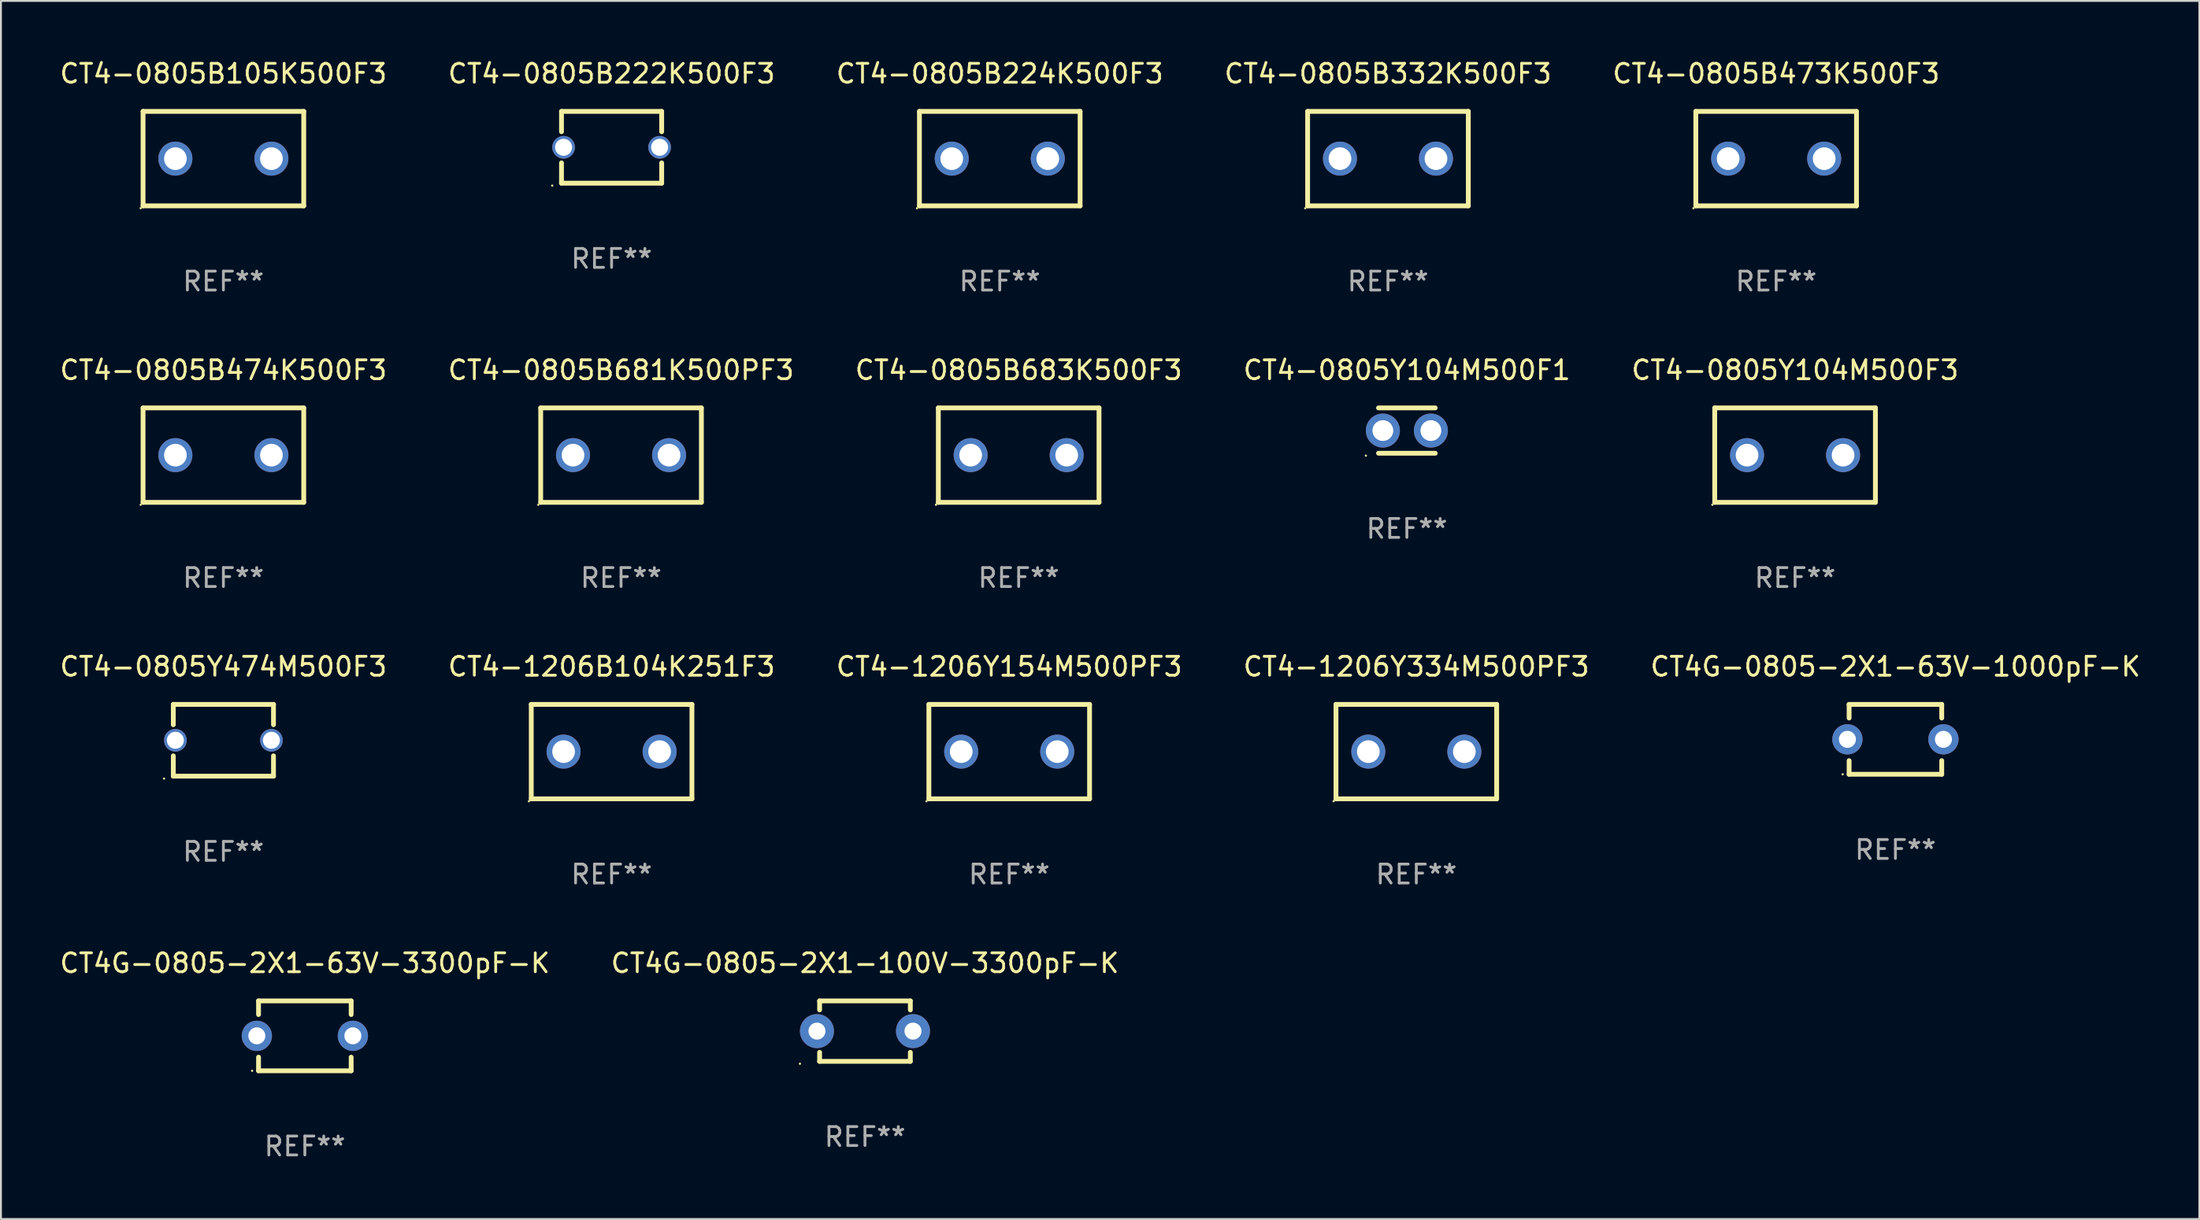
<source format=kicad_pcb>
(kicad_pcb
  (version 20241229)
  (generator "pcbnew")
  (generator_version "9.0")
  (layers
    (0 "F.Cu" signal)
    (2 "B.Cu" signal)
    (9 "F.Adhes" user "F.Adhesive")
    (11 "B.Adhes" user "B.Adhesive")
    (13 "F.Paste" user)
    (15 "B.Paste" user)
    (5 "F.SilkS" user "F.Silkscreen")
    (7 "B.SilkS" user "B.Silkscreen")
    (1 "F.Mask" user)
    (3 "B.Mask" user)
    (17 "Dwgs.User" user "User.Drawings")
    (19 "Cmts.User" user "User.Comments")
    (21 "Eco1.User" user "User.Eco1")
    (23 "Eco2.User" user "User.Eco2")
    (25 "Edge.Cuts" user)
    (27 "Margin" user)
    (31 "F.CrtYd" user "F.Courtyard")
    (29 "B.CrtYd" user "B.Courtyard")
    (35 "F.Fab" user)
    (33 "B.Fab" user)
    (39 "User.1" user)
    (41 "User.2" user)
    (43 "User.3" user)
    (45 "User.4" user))
  (footprint "CT4-0805B105K500F3"
    (layer "F.Cu")
    (at 8.768 5.348)
    (property "Reference" "CT4-0805B105K500F3" (at 0 -4.5 0) (layer "F.SilkS") (effects (font (size 1 1) (thickness 0.15))))
    (attr through_hole)
    (fp_line (start -4.25 -2.5) (end 4.25 -2.5) (stroke (width 0.254) (type solid)) (layer "F.SilkS"))
    (fp_line (start -4.25 2.5) (end -4.25 -2.5) (stroke (width 0.254) (type solid)) (layer "F.SilkS"))
    (fp_line (start 4.25 -2.5) (end 4.25 2.5) (stroke (width 0.254) (type solid)) (layer "F.SilkS"))
    (fp_line (start 4.25 2.5) (end -4.25 2.5) (stroke (width 0.254) (type solid)) (layer "F.SilkS"))
    (fp_circle (center -4.377 2.627) (end -4.347 2.627) (stroke (width 0.06) (type solid)) (fill no) (layer "F.SilkS"))
    (fp_text user "REF**" (at 0 6.5 0) (layer "F.Fab") (effects (font (size 1 1) (thickness 0.15))))
    (pad "1" thru_hole circle (at -2.54 0) (size 1.8 1.8) (drill 1.2) (layers "*.Cu" "*.Mask"))
    (pad "2" thru_hole circle (at 2.54 0) (size 1.8 1.8) (drill 1.2) (layers "*.Cu" "*.Mask")))
  (footprint "CT4-0805B683K500F3"
    (layer "F.Cu")
    (at 50.839 21.045)
    (property "Reference" "CT4-0805B683K500F3" (at 0 -4.5 0) (layer "F.SilkS") (effects (font (size 1 1) (thickness 0.15))))
    (attr through_hole)
    (fp_line (start -4.25 -2.5) (end 4.25 -2.5) (stroke (width 0.254) (type solid)) (layer "F.SilkS"))
    (fp_line (start -4.25 2.5) (end -4.25 -2.5) (stroke (width 0.254) (type solid)) (layer "F.SilkS"))
    (fp_line (start 4.25 -2.5) (end 4.25 2.5) (stroke (width 0.254) (type solid)) (layer "F.SilkS"))
    (fp_line (start 4.25 2.5) (end -4.25 2.5) (stroke (width 0.254) (type solid)) (layer "F.SilkS"))
    (fp_circle (center -4.377 2.627) (end -4.347 2.627) (stroke (width 0.06) (type solid)) (fill no) (layer "F.SilkS"))
    (fp_text user "REF**" (at 0 6.5 0) (layer "F.Fab") (effects (font (size 1 1) (thickness 0.15))))
    (pad "1" thru_hole circle (at -2.54 0) (size 1.8 1.8) (drill 1.2) (layers "*.Cu" "*.Mask"))
    (pad "2" thru_hole circle (at 2.54 0) (size 1.8 1.8) (drill 1.2) (layers "*.Cu" "*.Mask")))
  (footprint "CT4-1206Y154M500PF3"
    (layer "F.Cu")
    (at 50.339 36.741)
    (property "Reference" "CT4-1206Y154M500PF3" (at 0 -4.5 0) (layer "F.SilkS") (effects (font (size 1 1) (thickness 0.15))))
    (attr through_hole)
    (fp_line (start -4.25 -2.5) (end 4.25 -2.5) (stroke (width 0.254) (type solid)) (layer "F.SilkS"))
    (fp_line (start -4.25 2.5) (end -4.25 -2.5) (stroke (width 0.254) (type solid)) (layer "F.SilkS"))
    (fp_line (start 4.25 -2.5) (end 4.25 2.5) (stroke (width 0.254) (type solid)) (layer "F.SilkS"))
    (fp_line (start 4.25 2.5) (end -4.25 2.5) (stroke (width 0.254) (type solid)) (layer "F.SilkS"))
    (fp_circle (center -4.377 2.627) (end -4.347 2.627) (stroke (width 0.06) (type solid)) (fill no) (layer "F.SilkS"))
    (fp_text user "REF**" (at 0 6.5 0) (layer "F.Fab") (effects (font (size 1 1) (thickness 0.15))))
    (pad "1" thru_hole circle (at -2.54 0) (size 1.8 1.8) (drill 1.2) (layers "*.Cu" "*.Mask"))
    (pad "2" thru_hole circle (at 2.54 0) (size 1.8 1.8) (drill 1.2) (layers "*.Cu" "*.Mask")))
  (footprint "CT4-0805Y474M500F3"
    (layer "F.Cu")
    (at 8.768 36.141)
    (property "Reference" "CT4-0805Y474M500F3" (at 0 -3.9 0) (layer "F.SilkS") (effects (font (size 1 1) (thickness 0.15))))
    (attr through_hole)
    (fp_line (start -2.65 -1.9) (end 2.65 -1.9) (stroke (width 0.254) (type solid)) (layer "F.SilkS"))
    (fp_line (start -2.65 -0.824) (end -2.65 -1.9) (stroke (width 0.254) (type solid)) (layer "F.SilkS"))
    (fp_line (start -2.65 1.9) (end -2.65 0.824) (stroke (width 0.254) (type solid)) (layer "F.SilkS"))
    (fp_line (start 2.65 -0.824) (end 2.65 -1.9) (stroke (width 0.254) (type solid)) (layer "F.SilkS"))
    (fp_line (start 2.65 1.9) (end -2.65 1.9) (stroke (width 0.254) (type solid)) (layer "F.SilkS"))
    (fp_line (start 2.65 1.9) (end 2.65 0.824) (stroke (width 0.254) (type solid)) (layer "F.SilkS"))
    (fp_circle (center -3.14 2.027) (end -3.11 2.027) (stroke (width 0.06) (type solid)) (fill no) (layer "F.SilkS"))
    (fp_text user "REF**" (at 0 5.9 0) (layer "F.Fab") (effects (font (size 1 1) (thickness 0.15))))
    (pad "1" thru_hole circle (at -2.54 0) (size 1.2 1.2) (drill 0.9) (layers "*.Cu" "*.Mask"))
    (pad "2" thru_hole circle (at 2.54 0) (size 1.2 1.2) (drill 0.9) (layers "*.Cu" "*.Mask")))
  (footprint "CT4-0805B681K500PF3"
    (layer "F.Cu")
    (at 29.804 21.045)
    (property "Reference" "CT4-0805B681K500PF3" (at 0 -4.5 0) (layer "F.SilkS") (effects (font (size 1 1) (thickness 0.15))))
    (attr through_hole)
    (fp_line (start -4.25 -2.5) (end 4.25 -2.5) (stroke (width 0.254) (type solid)) (layer "F.SilkS"))
    (fp_line (start -4.25 2.5) (end -4.25 -2.5) (stroke (width 0.254) (type solid)) (layer "F.SilkS"))
    (fp_line (start 4.25 -2.5) (end 4.25 2.5) (stroke (width 0.254) (type solid)) (layer "F.SilkS"))
    (fp_line (start 4.25 2.5) (end -4.25 2.5) (stroke (width 0.254) (type solid)) (layer "F.SilkS"))
    (fp_circle (center -4.377 2.627) (end -4.347 2.627) (stroke (width 0.06) (type solid)) (fill no) (layer "F.SilkS"))
    (fp_text user "REF**" (at 0 6.5 0) (layer "F.Fab") (effects (font (size 1 1) (thickness 0.15))))
    (pad "1" thru_hole circle (at -2.54 0) (size 1.8 1.8) (drill 1.2) (layers "*.Cu" "*.Mask"))
    (pad "2" thru_hole circle (at 2.54 0) (size 1.8 1.8) (drill 1.2) (layers "*.Cu" "*.Mask")))
  (footprint "CT4-0805B222K500F3"
    (layer "F.Cu")
    (at 29.304 4.748)
    (property "Reference" "CT4-0805B222K500F3" (at 0 -3.9 0) (layer "F.SilkS") (effects (font (size 1 1) (thickness 0.15))))
    (attr through_hole)
    (fp_line (start -2.65 -1.9) (end 2.65 -1.9) (stroke (width 0.254) (type solid)) (layer "F.SilkS"))
    (fp_line (start -2.65 -0.824) (end -2.65 -1.9) (stroke (width 0.254) (type solid)) (layer "F.SilkS"))
    (fp_line (start -2.65 1.9) (end -2.65 0.824) (stroke (width 0.254) (type solid)) (layer "F.SilkS"))
    (fp_line (start 2.65 -0.824) (end 2.65 -1.9) (stroke (width 0.254) (type solid)) (layer "F.SilkS"))
    (fp_line (start 2.65 1.9) (end -2.65 1.9) (stroke (width 0.254) (type solid)) (layer "F.SilkS"))
    (fp_line (start 2.65 1.9) (end 2.65 0.824) (stroke (width 0.254) (type solid)) (layer "F.SilkS"))
    (fp_circle (center -3.14 2.027) (end -3.11 2.027) (stroke (width 0.06) (type solid)) (fill no) (layer "F.SilkS"))
    (fp_text user "REF**" (at 0 5.9 0) (layer "F.Fab") (effects (font (size 1 1) (thickness 0.15))))
    (pad "1" thru_hole circle (at -2.54 0) (size 1.2 1.2) (drill 0.9) (layers "*.Cu" "*.Mask"))
    (pad "2" thru_hole circle (at 2.54 0) (size 1.2 1.2) (drill 0.9) (layers "*.Cu" "*.Mask")))
  (footprint "CT4-0805B473K500F3"
    (layer "F.Cu")
    (at 90.911 5.348)
    (property "Reference" "CT4-0805B473K500F3" (at 0 -4.5 0) (layer "F.SilkS") (effects (font (size 1 1) (thickness 0.15))))
    (attr through_hole)
    (fp_line (start -4.25 -2.5) (end 4.25 -2.5) (stroke (width 0.254) (type solid)) (layer "F.SilkS"))
    (fp_line (start -4.25 2.5) (end -4.25 -2.5) (stroke (width 0.254) (type solid)) (layer "F.SilkS"))
    (fp_line (start 4.25 -2.5) (end 4.25 2.5) (stroke (width 0.254) (type solid)) (layer "F.SilkS"))
    (fp_line (start 4.25 2.5) (end -4.25 2.5) (stroke (width 0.254) (type solid)) (layer "F.SilkS"))
    (fp_circle (center -4.377 2.627) (end -4.347 2.627) (stroke (width 0.06) (type solid)) (fill no) (layer "F.SilkS"))
    (fp_text user "REF**" (at 0 6.5 0) (layer "F.Fab") (effects (font (size 1 1) (thickness 0.15))))
    (pad "1" thru_hole circle (at -2.54 0) (size 1.8 1.8) (drill 1.2) (layers "*.Cu" "*.Mask"))
    (pad "2" thru_hole circle (at 2.54 0) (size 1.8 1.8) (drill 1.2) (layers "*.Cu" "*.Mask")))
  (footprint "CT4-0805B224K500F3"
    (layer "F.Cu")
    (at 49.839 5.348)
    (property "Reference" "CT4-0805B224K500F3" (at 0 -4.5 0) (layer "F.SilkS") (effects (font (size 1 1) (thickness 0.15))))
    (attr through_hole)
    (fp_line (start -4.25 -2.5) (end 4.25 -2.5) (stroke (width 0.254) (type solid)) (layer "F.SilkS"))
    (fp_line (start -4.25 2.5) (end -4.25 -2.5) (stroke (width 0.254) (type solid)) (layer "F.SilkS"))
    (fp_line (start 4.25 -2.5) (end 4.25 2.5) (stroke (width 0.254) (type solid)) (layer "F.SilkS"))
    (fp_line (start 4.25 2.5) (end -4.25 2.5) (stroke (width 0.254) (type solid)) (layer "F.SilkS"))
    (fp_circle (center -4.377 2.627) (end -4.347 2.627) (stroke (width 0.06) (type solid)) (fill no) (layer "F.SilkS"))
    (fp_text user "REF**" (at 0 6.5 0) (layer "F.Fab") (effects (font (size 1 1) (thickness 0.15))))
    (pad "1" thru_hole circle (at -2.54 0) (size 1.8 1.8) (drill 1.2) (layers "*.Cu" "*.Mask"))
    (pad "2" thru_hole circle (at 2.54 0) (size 1.8 1.8) (drill 1.2) (layers "*.Cu" "*.Mask")))
  (footprint "CT4-0805Y104M500F3"
    (layer "F.Cu")
    (at 91.911 21.045)
    (property "Reference" "CT4-0805Y104M500F3" (at 0 -4.5 0) (layer "F.SilkS") (effects (font (size 1 1) (thickness 0.15))))
    (attr through_hole)
    (fp_line (start -4.25 -2.5) (end 4.25 -2.5) (stroke (width 0.254) (type solid)) (layer "F.SilkS"))
    (fp_line (start -4.25 2.5) (end -4.25 -2.5) (stroke (width 0.254) (type solid)) (layer "F.SilkS"))
    (fp_line (start 4.25 -2.5) (end 4.25 2.5) (stroke (width 0.254) (type solid)) (layer "F.SilkS"))
    (fp_line (start 4.25 2.5) (end -4.25 2.5) (stroke (width 0.254) (type solid)) (layer "F.SilkS"))
    (fp_circle (center -4.377 2.627) (end -4.347 2.627) (stroke (width 0.06) (type solid)) (fill no) (layer "F.SilkS"))
    (fp_text user "REF**" (at 0 6.5 0) (layer "F.Fab") (effects (font (size 1 1) (thickness 0.15))))
    (pad "1" thru_hole circle (at -2.54 0) (size 1.8 1.8) (drill 1.2) (layers "*.Cu" "*.Mask"))
    (pad "2" thru_hole circle (at 2.54 0) (size 1.8 1.8) (drill 1.2) (layers "*.Cu" "*.Mask")))
  (footprint "CT4G-0805-2X1-63V-3300pF-K"
    (layer "F.Cu")
    (at 13.077 51.788)
    (property "Reference" "CT4G-0805-2X1-63V-3300pF-K" (at 0 -3.85 0) (layer "F.SilkS") (effects (font (size 1 1) (thickness 0.15))))
    (attr through_hole)
    (fp_line (start -2.45 -1.85) (end 2.45 -1.85) (stroke (width 0.254) (type solid)) (layer "F.SilkS"))
    (fp_line (start -2.45 -1.128) (end -2.45 -1.85) (stroke (width 0.254) (type solid)) (layer "F.SilkS"))
    (fp_line (start -2.45 1.85) (end -2.45 1.128) (stroke (width 0.254) (type solid)) (layer "F.SilkS"))
    (fp_line (start 2.45 -1.85) (end 2.45 -1.128) (stroke (width 0.254) (type solid)) (layer "F.SilkS"))
    (fp_line (start 2.45 1.128) (end 2.45 1.85) (stroke (width 0.254) (type solid)) (layer "F.SilkS"))
    (fp_line (start 2.45 1.85) (end -2.45 1.85) (stroke (width 0.254) (type solid)) (layer "F.SilkS"))
    (fp_circle (center -2.79 1.85) (end -2.76 1.85) (stroke (width 0.06) (type solid)) (fill no) (layer "F.SilkS"))
    (fp_text user "REF**" (at 0 5.85 0) (layer "F.Fab") (effects (font (size 1 1) (thickness 0.15))))
    (pad "1" thru_hole circle (at -2.54 0) (size 1.6 1.6) (drill 0.9) (layers "*.Cu" "*.Mask"))
    (pad "2" thru_hole circle (at 2.54 0) (size 1.6 1.6) (drill 0.9) (layers "*.Cu" "*.Mask")))
  (footprint "CT4-0805B332K500F3"
    (layer "F.Cu")
    (at 70.375 5.348)
    (property "Reference" "CT4-0805B332K500F3" (at 0 -4.5 0) (layer "F.SilkS") (effects (font (size 1 1) (thickness 0.15))))
    (attr through_hole)
    (fp_line (start -4.25 -2.5) (end 4.25 -2.5) (stroke (width 0.254) (type solid)) (layer "F.SilkS"))
    (fp_line (start -4.25 2.5) (end -4.25 -2.5) (stroke (width 0.254) (type solid)) (layer "F.SilkS"))
    (fp_line (start 4.25 -2.5) (end 4.25 2.5) (stroke (width 0.254) (type solid)) (layer "F.SilkS"))
    (fp_line (start 4.25 2.5) (end -4.25 2.5) (stroke (width 0.254) (type solid)) (layer "F.SilkS"))
    (fp_circle (center -4.377 2.627) (end -4.347 2.627) (stroke (width 0.06) (type solid)) (fill no) (layer "F.SilkS"))
    (fp_text user "REF**" (at 0 6.5 0) (layer "F.Fab") (effects (font (size 1 1) (thickness 0.15))))
    (pad "1" thru_hole circle (at -2.54 0) (size 1.8 1.8) (drill 1.2) (layers "*.Cu" "*.Mask"))
    (pad "2" thru_hole circle (at 2.54 0) (size 1.8 1.8) (drill 1.2) (layers "*.Cu" "*.Mask")))
  (footprint "CT4G-0805-2X1-63V-1000pF-K"
    (layer "F.Cu")
    (at 97.22 36.091)
    (property "Reference" "CT4G-0805-2X1-63V-1000pF-K" (at 0 -3.85 0) (layer "F.SilkS") (effects (font (size 1 1) (thickness 0.15))))
    (attr through_hole)
    (fp_line (start -2.45 -1.85) (end 2.45 -1.85) (stroke (width 0.254) (type solid)) (layer "F.SilkS"))
    (fp_line (start -2.45 -1.128) (end -2.45 -1.85) (stroke (width 0.254) (type solid)) (layer "F.SilkS"))
    (fp_line (start -2.45 1.85) (end -2.45 1.128) (stroke (width 0.254) (type solid)) (layer "F.SilkS"))
    (fp_line (start 2.45 -1.85) (end 2.45 -1.128) (stroke (width 0.254) (type solid)) (layer "F.SilkS"))
    (fp_line (start 2.45 1.128) (end 2.45 1.85) (stroke (width 0.254) (type solid)) (layer "F.SilkS"))
    (fp_line (start 2.45 1.85) (end -2.45 1.85) (stroke (width 0.254) (type solid)) (layer "F.SilkS"))
    (fp_circle (center -2.79 1.85) (end -2.76 1.85) (stroke (width 0.06) (type solid)) (fill no) (layer "F.SilkS"))
    (fp_text user "REF**" (at 0 5.85 0) (layer "F.Fab") (effects (font (size 1 1) (thickness 0.15))))
    (pad "1" thru_hole circle (at -2.54 0) (size 1.6 1.6) (drill 0.9) (layers "*.Cu" "*.Mask"))
    (pad "2" thru_hole circle (at 2.54 0) (size 1.6 1.6) (drill 0.9) (layers "*.Cu" "*.Mask")))
  (footprint "CT4-0805Y104M500F1"
    (layer "F.Cu")
    (at 71.375 19.745)
    (property "Reference" "CT4-0805Y104M500F1" (at 0 -3.2 0) (layer "F.SilkS") (effects (font (size 1 1) (thickness 0.15))))
    (attr through_hole)
    (fp_line (start -1.5 -1.2) (end 1.5 -1.2) (stroke (width 0.254) (type solid)) (layer "F.SilkS"))
    (fp_line (start 1.5 1.2) (end -1.5 1.2) (stroke (width 0.254) (type solid)) (layer "F.SilkS"))
    (fp_circle (center -2.17 1.327) (end -2.14 1.327) (stroke (width 0.06) (type solid)) (fill no) (layer "F.SilkS"))
    (fp_text user "REF**" (at 0 5.2 0) (layer "F.Fab") (effects (font (size 1 1) (thickness 0.15))))
    (pad "1" thru_hole circle (at -1.27 0) (size 1.8 1.8) (drill 1.1) (layers "*.Cu" "*.Mask"))
    (pad "2" thru_hole circle (at 1.27 0) (size 1.8 1.8) (drill 1.1) (layers "*.Cu" "*.Mask")))
  (footprint "CT4G-0805-2X1-100V-3300pF-K"
    (layer "F.Cu")
    (at 42.708 51.538)
    (property "Reference" "CT4G-0805-2X1-100V-3300pF-K" (at 0 -3.6 0) (layer "F.SilkS") (effects (font (size 1 1) (thickness 0.15))))
    (attr through_hole)
    (fp_line (start -2.4 -1.122) (end -2.4 -1.6) (stroke (width 0.254) (type solid)) (layer "F.SilkS"))
    (fp_line (start -2.4 1.6) (end -2.4 1.122) (stroke (width 0.254) (type solid)) (layer "F.SilkS"))
    (fp_line (start -2.4 -1.6) (end 2.4 -1.6) (stroke (width 0.254) (type solid)) (layer "F.SilkS"))
    (fp_line (start 2.4 1.6) (end -2.4 1.6) (stroke (width 0.254) (type solid)) (layer "F.SilkS"))
    (fp_line (start 2.4 -1.6) (end 2.4 -1.122) (stroke (width 0.254) (type solid)) (layer "F.SilkS"))
    (fp_line (start 2.4 1.122) (end 2.4 1.6) (stroke (width 0.254) (type solid)) (layer "F.SilkS"))
    (fp_circle (center -3.44 1.727) (end -3.41 1.727) (stroke (width 0.06) (type solid)) (fill no) (layer "F.SilkS"))
    (fp_text user "REF**" (at 0 5.6 0) (layer "F.Fab") (effects (font (size 1 1) (thickness 0.15))))
    (pad "1" thru_hole circle (at -2.54 0) (size 1.8 1.8) (drill 0.9) (layers "*.Cu" "*.Mask"))
    (pad "2" thru_hole circle (at 2.54 0) (size 1.8 1.8) (drill 0.9) (layers "*.Cu" "*.Mask")))
  (footprint "CT4-1206Y334M500PF3"
    (layer "F.Cu")
    (at 71.875 36.741)
    (property "Reference" "CT4-1206Y334M500PF3" (at 0 -4.5 0) (layer "F.SilkS") (effects (font (size 1 1) (thickness 0.15))))
    (attr through_hole)
    (fp_line (start -4.25 -2.5) (end 4.25 -2.5) (stroke (width 0.254) (type solid)) (layer "F.SilkS"))
    (fp_line (start -4.25 2.5) (end -4.25 -2.5) (stroke (width 0.254) (type solid)) (layer "F.SilkS"))
    (fp_line (start 4.25 -2.5) (end 4.25 2.5) (stroke (width 0.254) (type solid)) (layer "F.SilkS"))
    (fp_line (start 4.25 2.5) (end -4.25 2.5) (stroke (width 0.254) (type solid)) (layer "F.SilkS"))
    (fp_circle (center -4.377 2.627) (end -4.347 2.627) (stroke (width 0.06) (type solid)) (fill no) (layer "F.SilkS"))
    (fp_text user "REF**" (at 0 6.5 0) (layer "F.Fab") (effects (font (size 1 1) (thickness 0.15))))
    (pad "1" thru_hole circle (at -2.54 0) (size 1.8 1.8) (drill 1.2) (layers "*.Cu" "*.Mask"))
    (pad "2" thru_hole circle (at 2.54 0) (size 1.8 1.8) (drill 1.2) (layers "*.Cu" "*.Mask")))
  (footprint "CT4-1206B104K251F3"
    (layer "F.Cu")
    (at 29.304 36.741)
    (property "Reference" "CT4-1206B104K251F3" (at 0 -4.5 0) (layer "F.SilkS") (effects (font (size 1 1) (thickness 0.15))))
    (attr through_hole)
    (fp_line (start -4.25 -2.5) (end 4.25 -2.5) (stroke (width 0.254) (type solid)) (layer "F.SilkS"))
    (fp_line (start -4.25 2.5) (end -4.25 -2.5) (stroke (width 0.254) (type solid)) (layer "F.SilkS"))
    (fp_line (start 4.25 -2.5) (end 4.25 2.5) (stroke (width 0.254) (type solid)) (layer "F.SilkS"))
    (fp_line (start 4.25 2.5) (end -4.25 2.5) (stroke (width 0.254) (type solid)) (layer "F.SilkS"))
    (fp_circle (center -4.377 2.627) (end -4.347 2.627) (stroke (width 0.06) (type solid)) (fill no) (layer "F.SilkS"))
    (fp_text user "REF**" (at 0 6.5 0) (layer "F.Fab") (effects (font (size 1 1) (thickness 0.15))))
    (pad "1" thru_hole circle (at -2.54 0) (size 1.8 1.8) (drill 1.2) (layers "*.Cu" "*.Mask"))
    (pad "2" thru_hole circle (at 2.54 0) (size 1.8 1.8) (drill 1.2) (layers "*.Cu" "*.Mask")))
  (footprint "CT4-0805B474K500F3"
    (layer "F.Cu")
    (at 8.768 21.045)
    (property "Reference" "CT4-0805B474K500F3" (at 0 -4.5 0) (layer "F.SilkS") (effects (font (size 1 1) (thickness 0.15))))
    (attr through_hole)
    (fp_line (start -4.25 -2.5) (end 4.25 -2.5) (stroke (width 0.254) (type solid)) (layer "F.SilkS"))
    (fp_line (start -4.25 2.5) (end -4.25 -2.5) (stroke (width 0.254) (type solid)) (layer "F.SilkS"))
    (fp_line (start 4.25 -2.5) (end 4.25 2.5) (stroke (width 0.254) (type solid)) (layer "F.SilkS"))
    (fp_line (start 4.25 2.5) (end -4.25 2.5) (stroke (width 0.254) (type solid)) (layer "F.SilkS"))
    (fp_circle (center -4.377 2.627) (end -4.347 2.627) (stroke (width 0.06) (type solid)) (fill no) (layer "F.SilkS"))
    (fp_text user "REF**" (at 0 6.5 0) (layer "F.Fab") (effects (font (size 1 1) (thickness 0.15))))
    (pad "1" thru_hole circle (at -2.54 0) (size 1.8 1.8) (drill 1.2) (layers "*.Cu" "*.Mask"))
    (pad "2" thru_hole circle (at 2.54 0) (size 1.8 1.8) (drill 1.2) (layers "*.Cu" "*.Mask")))
  (gr_rect
    (start -3 -3)
    (end 113.298 61.486)
    (stroke (width 0.1) (type default))
    (fill no)
    (layer "Edge.Cuts")))
</source>
